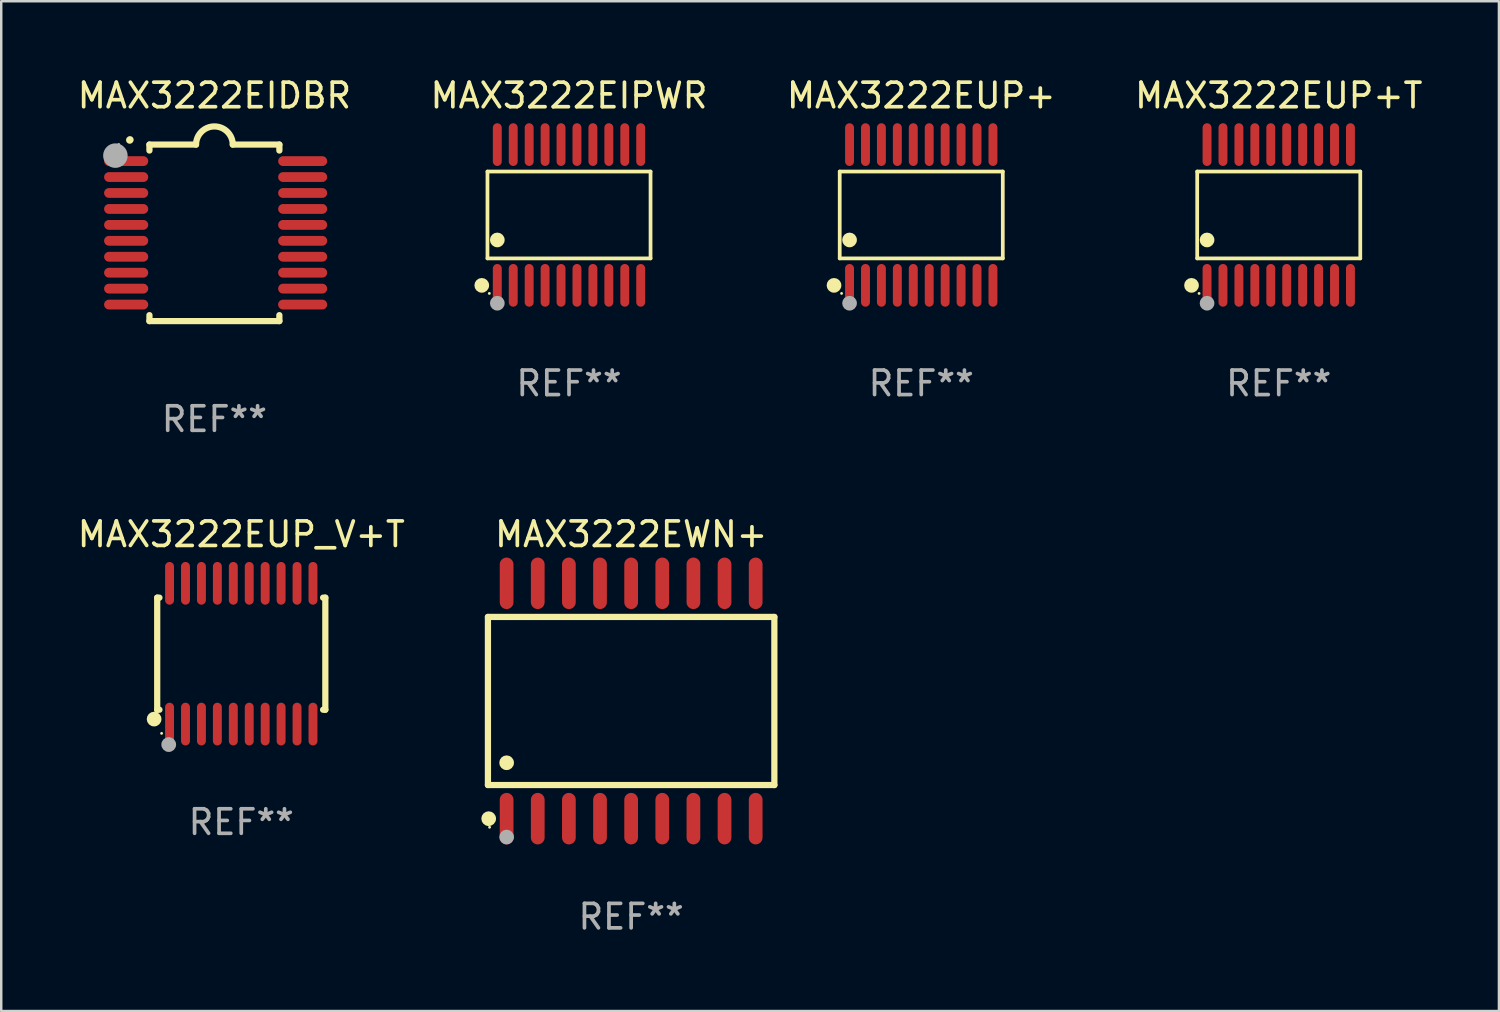
<source format=kicad_pcb>
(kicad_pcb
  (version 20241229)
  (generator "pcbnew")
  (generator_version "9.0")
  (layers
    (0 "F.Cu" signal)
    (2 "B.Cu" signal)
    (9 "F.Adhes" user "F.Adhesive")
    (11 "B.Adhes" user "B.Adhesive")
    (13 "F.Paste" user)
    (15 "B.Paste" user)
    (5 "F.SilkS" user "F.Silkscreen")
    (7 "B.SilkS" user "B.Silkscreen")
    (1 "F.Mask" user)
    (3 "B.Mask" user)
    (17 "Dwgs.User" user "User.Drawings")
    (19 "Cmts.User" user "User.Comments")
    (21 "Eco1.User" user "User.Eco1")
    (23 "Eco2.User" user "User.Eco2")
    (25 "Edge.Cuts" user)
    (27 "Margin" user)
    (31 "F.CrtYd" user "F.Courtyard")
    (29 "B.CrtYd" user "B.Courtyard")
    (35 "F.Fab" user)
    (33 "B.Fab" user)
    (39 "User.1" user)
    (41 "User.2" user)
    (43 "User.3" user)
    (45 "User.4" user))
  (footprint "MAX3222EIPWR"
    (layer "F.Cu")
    (at 20.161 5.719)
    (property "Reference" "MAX3222EIPWR" (at 0 -4.871 0) (layer "F.SilkS") (effects (font (size 1 1) (thickness 0.15))))
    (attr through_hole)
    (fp_line (start -3.326 -1.771) (end 3.326 -1.771) (stroke (width 0.152) (type solid)) (layer "F.SilkS"))
    (fp_line (start -3.326 1.771) (end -3.326 -1.771) (stroke (width 0.152) (type solid)) (layer "F.SilkS"))
    (fp_line (start 3.326 -1.771) (end 3.326 1.771) (stroke (width 0.152) (type solid)) (layer "F.SilkS"))
    (fp_line (start 3.326 1.771) (end -3.326 1.771) (stroke (width 0.152) (type solid)) (layer "F.SilkS"))
    (fp_circle (center -3.559 2.871) (end -3.409 2.871) (stroke (width 0.3) (type solid)) (fill no) (layer "F.SilkS"))
    (fp_circle (center -3.25 3.2) (end -3.22 3.2) (stroke (width 0.06) (type solid)) (fill no) (layer "F.SilkS"))
    (fp_circle (center -2.925 1.019) (end -2.775 1.019) (stroke (width 0.3) (type solid)) (fill no) (layer "F.SilkS"))
    (fp_circle (center -2.925 3.6) (end -2.775 3.6) (stroke (width 0.3) (type solid)) (fill no) (layer "F.Fab"))
    (fp_text user "REF**" (at 0 6.871 0) (layer "F.Fab") (effects (font (size 1 1) (thickness 0.15))))
    (pad "1" smd oval (at -2.925 2.871) (size 0.364 1.742) (layers "F.Cu" "F.Mask" "F.Paste"))
    (pad "2" smd oval (at -2.275 2.871) (size 0.364 1.742) (layers "F.Cu" "F.Mask" "F.Paste"))
    (pad "3" smd oval (at -1.625 2.871) (size 0.364 1.742) (layers "F.Cu" "F.Mask" "F.Paste"))
    (pad "4" smd oval (at -0.975 2.871) (size 0.364 1.742) (layers "F.Cu" "F.Mask" "F.Paste"))
    (pad "5" smd oval (at -0.325 2.871) (size 0.364 1.742) (layers "F.Cu" "F.Mask" "F.Paste"))
    (pad "6" smd oval (at 0.325 2.871) (size 0.364 1.742) (layers "F.Cu" "F.Mask" "F.Paste"))
    (pad "7" smd oval (at 0.975 2.871) (size 0.364 1.742) (layers "F.Cu" "F.Mask" "F.Paste"))
    (pad "8" smd oval (at 1.625 2.871) (size 0.364 1.742) (layers "F.Cu" "F.Mask" "F.Paste"))
    (pad "9" smd oval (at 2.275 2.871) (size 0.364 1.742) (layers "F.Cu" "F.Mask" "F.Paste"))
    (pad "10" smd oval (at 2.925 2.871) (size 0.364 1.742) (layers "F.Cu" "F.Mask" "F.Paste"))
    (pad "11" smd oval (at 2.925 -2.871) (size 0.364 1.742) (layers "F.Cu" "F.Mask" "F.Paste"))
    (pad "12" smd oval (at 2.275 -2.871) (size 0.364 1.742) (layers "F.Cu" "F.Mask" "F.Paste"))
    (pad "13" smd oval (at 1.625 -2.871) (size 0.364 1.742) (layers "F.Cu" "F.Mask" "F.Paste"))
    (pad "14" smd oval (at 0.975 -2.871) (size 0.364 1.742) (layers "F.Cu" "F.Mask" "F.Paste"))
    (pad "15" smd oval (at 0.325 -2.871) (size 0.364 1.742) (layers "F.Cu" "F.Mask" "F.Paste"))
    (pad "16" smd oval (at -0.325 -2.871) (size 0.364 1.742) (layers "F.Cu" "F.Mask" "F.Paste"))
    (pad "17" smd oval (at -0.975 -2.871) (size 0.364 1.742) (layers "F.Cu" "F.Mask" "F.Paste"))
    (pad "18" smd oval (at -1.625 -2.871) (size 0.364 1.742) (layers "F.Cu" "F.Mask" "F.Paste"))
    (pad "19" smd oval (at -2.275 -2.871) (size 0.364 1.742) (layers "F.Cu" "F.Mask" "F.Paste"))
    (pad "20" smd oval (at -2.925 -2.871) (size 0.364 1.742) (layers "F.Cu" "F.Mask" "F.Paste")))
  (footprint "MAX3222EUP+T"
    (layer "F.Cu")
    (at 49.113 5.719)
    (property "Reference" "MAX3222EUP+T" (at 0 -4.871 0) (layer "F.SilkS") (effects (font (size 1 1) (thickness 0.15))))
    (attr through_hole)
    (fp_line (start -3.326 -1.771) (end 3.326 -1.771) (stroke (width 0.152) (type solid)) (layer "F.SilkS"))
    (fp_line (start -3.326 1.771) (end -3.326 -1.771) (stroke (width 0.152) (type solid)) (layer "F.SilkS"))
    (fp_line (start 3.326 -1.771) (end 3.326 1.771) (stroke (width 0.152) (type solid)) (layer "F.SilkS"))
    (fp_line (start 3.326 1.771) (end -3.326 1.771) (stroke (width 0.152) (type solid)) (layer "F.SilkS"))
    (fp_circle (center -3.559 2.871) (end -3.409 2.871) (stroke (width 0.3) (type solid)) (fill no) (layer "F.SilkS"))
    (fp_circle (center -3.25 3.2) (end -3.22 3.2) (stroke (width 0.06) (type solid)) (fill no) (layer "F.SilkS"))
    (fp_circle (center -2.925 1.019) (end -2.775 1.019) (stroke (width 0.3) (type solid)) (fill no) (layer "F.SilkS"))
    (fp_circle (center -2.925 3.6) (end -2.775 3.6) (stroke (width 0.3) (type solid)) (fill no) (layer "F.Fab"))
    (fp_text user "REF**" (at 0 6.871 0) (layer "F.Fab") (effects (font (size 1 1) (thickness 0.15))))
    (pad "1" smd oval (at -2.925 2.871) (size 0.364 1.742) (layers "F.Cu" "F.Mask" "F.Paste"))
    (pad "2" smd oval (at -2.275 2.871) (size 0.364 1.742) (layers "F.Cu" "F.Mask" "F.Paste"))
    (pad "3" smd oval (at -1.625 2.871) (size 0.364 1.742) (layers "F.Cu" "F.Mask" "F.Paste"))
    (pad "4" smd oval (at -0.975 2.871) (size 0.364 1.742) (layers "F.Cu" "F.Mask" "F.Paste"))
    (pad "5" smd oval (at -0.325 2.871) (size 0.364 1.742) (layers "F.Cu" "F.Mask" "F.Paste"))
    (pad "6" smd oval (at 0.325 2.871) (size 0.364 1.742) (layers "F.Cu" "F.Mask" "F.Paste"))
    (pad "7" smd oval (at 0.975 2.871) (size 0.364 1.742) (layers "F.Cu" "F.Mask" "F.Paste"))
    (pad "8" smd oval (at 1.625 2.871) (size 0.364 1.742) (layers "F.Cu" "F.Mask" "F.Paste"))
    (pad "9" smd oval (at 2.275 2.871) (size 0.364 1.742) (layers "F.Cu" "F.Mask" "F.Paste"))
    (pad "10" smd oval (at 2.925 2.871) (size 0.364 1.742) (layers "F.Cu" "F.Mask" "F.Paste"))
    (pad "11" smd oval (at 2.925 -2.871) (size 0.364 1.742) (layers "F.Cu" "F.Mask" "F.Paste"))
    (pad "12" smd oval (at 2.275 -2.871) (size 0.364 1.742) (layers "F.Cu" "F.Mask" "F.Paste"))
    (pad "13" smd oval (at 1.625 -2.871) (size 0.364 1.742) (layers "F.Cu" "F.Mask" "F.Paste"))
    (pad "14" smd oval (at 0.975 -2.871) (size 0.364 1.742) (layers "F.Cu" "F.Mask" "F.Paste"))
    (pad "15" smd oval (at 0.325 -2.871) (size 0.364 1.742) (layers "F.Cu" "F.Mask" "F.Paste"))
    (pad "16" smd oval (at -0.325 -2.871) (size 0.364 1.742) (layers "F.Cu" "F.Mask" "F.Paste"))
    (pad "17" smd oval (at -0.975 -2.871) (size 0.364 1.742) (layers "F.Cu" "F.Mask" "F.Paste"))
    (pad "18" smd oval (at -1.625 -2.871) (size 0.364 1.742) (layers "F.Cu" "F.Mask" "F.Paste"))
    (pad "19" smd oval (at -2.275 -2.871) (size 0.364 1.742) (layers "F.Cu" "F.Mask" "F.Paste"))
    (pad "20" smd oval (at -2.925 -2.871) (size 0.364 1.742) (layers "F.Cu" "F.Mask" "F.Paste")))
  (footprint "MAX3222EIDBR"
    (layer "F.Cu")
    (at 5.696 6.448)
    (property "Reference" "MAX3222EIDBR" (at 0 -5.6 0) (layer "F.SilkS") (effects (font (size 1 1) (thickness 0.15))))
    (attr through_hole)
    (fp_line (start -2.65 -3.6) (end -2.65 -3.357) (stroke (width 0.254) (type solid)) (layer "F.SilkS"))
    (fp_line (start -2.65 -3.6) (end -0.75 -3.6) (stroke (width 0.254) (type solid)) (layer "F.SilkS"))
    (fp_line (start -2.65 3.357) (end -2.65 3.6) (stroke (width 0.254) (type solid)) (layer "F.SilkS"))
    (fp_line (start 2.65 -3.6) (end 0.75 -3.6) (stroke (width 0.254) (type solid)) (layer "F.SilkS"))
    (fp_line (start 2.65 -3.6) (end 2.65 -3.357) (stroke (width 0.254) (type solid)) (layer "F.SilkS"))
    (fp_line (start 2.65 3.357) (end 2.65 3.6) (stroke (width 0.254) (type solid)) (layer "F.SilkS"))
    (fp_line (start 2.65 3.6) (end -2.65 3.6) (stroke (width 0.254) (type solid)) (layer "F.SilkS"))
    (fp_arc (start -3.454407 -3.784608) (mid -3.449499 -3.78986) (end -3.444247 -3.794768) (stroke (width 0.3) (type solid)) (layer "F.SilkS"))
    (fp_arc (start -0.749301 -3.599186) (mid -0.000051 -4.348844) (end 0.750013 -3.6) (stroke (width 0.254001) (type solid)) (layer "F.SilkS"))
    (fp_circle (center -3.9 -3.6) (end -3.87 -3.6) (stroke (width 0.06) (type solid)) (fill no) (layer "F.SilkS"))
    (fp_circle (center -4.039 -3.15) (end -3.789 -3.15) (stroke (width 0.5) (type solid)) (fill no) (layer "F.Fab"))
    (fp_text user "REF**" (at 0 7.6 0) (layer "F.Fab") (effects (font (size 1 1) (thickness 0.15))))
    (pad "1" smd oval (at -3.6 -2.926 90) (size 0.4 1.8) (layers "F.Cu" "F.Mask" "F.Paste"))
    (pad "2" smd oval (at -3.6 -2.276 90) (size 0.4 1.8) (layers "F.Cu" "F.Mask" "F.Paste"))
    (pad "3" smd oval (at -3.6 -1.626 90) (size 0.4 1.8) (layers "F.Cu" "F.Mask" "F.Paste"))
    (pad "4" smd oval (at -3.6 -0.975 90) (size 0.4 1.8) (layers "F.Cu" "F.Mask" "F.Paste"))
    (pad "5" smd oval (at -3.6 -0.325 90) (size 0.4 1.8) (layers "F.Cu" "F.Mask" "F.Paste"))
    (pad "6" smd oval (at -3.6 0.325 90) (size 0.4 1.8) (layers "F.Cu" "F.Mask" "F.Paste"))
    (pad "7" smd oval (at -3.6 0.975 90) (size 0.4 1.8) (layers "F.Cu" "F.Mask" "F.Paste"))
    (pad "8" smd oval (at -3.6 1.626 90) (size 0.4 1.8) (layers "F.Cu" "F.Mask" "F.Paste"))
    (pad "9" smd oval (at -3.6 2.276 90) (size 0.4 1.8) (layers "F.Cu" "F.Mask" "F.Paste"))
    (pad "10" smd oval (at -3.6 2.926 90) (size 0.4 1.8) (layers "F.Cu" "F.Mask" "F.Paste"))
    (pad "11" smd oval (at 3.6 2.926 90) (size 0.4 2) (layers "F.Cu" "F.Mask" "F.Paste"))
    (pad "12" smd oval (at 3.6 2.276 90) (size 0.4 2) (layers "F.Cu" "F.Mask" "F.Paste"))
    (pad "13" smd oval (at 3.6 1.626 90) (size 0.4 2) (layers "F.Cu" "F.Mask" "F.Paste"))
    (pad "14" smd oval (at 3.6 0.975 90) (size 0.4 2) (layers "F.Cu" "F.Mask" "F.Paste"))
    (pad "15" smd oval (at 3.6 0.325 90) (size 0.4 2) (layers "F.Cu" "F.Mask" "F.Paste"))
    (pad "16" smd oval (at 3.6 -0.325 90) (size 0.4 2) (layers "F.Cu" "F.Mask" "F.Paste"))
    (pad "17" smd oval (at 3.6 -0.975 90) (size 0.4 2) (layers "F.Cu" "F.Mask" "F.Paste"))
    (pad "18" smd oval (at 3.6 -1.626 90) (size 0.4 2) (layers "F.Cu" "F.Mask" "F.Paste"))
    (pad "19" smd oval (at 3.6 -2.276 90) (size 0.4 2) (layers "F.Cu" "F.Mask" "F.Paste"))
    (pad "20" smd oval (at 3.6 -2.926 90) (size 0.4 2) (layers "F.Cu" "F.Mask" "F.Paste")))
  (footprint "MAX3222EWN+"
    (layer "F.Cu")
    (at 22.696 25.545)
    (property "Reference" "MAX3222EWN+" (at 0 -6.8 0) (layer "F.SilkS") (effects (font (size 1 1) (thickness 0.15))))
    (attr through_hole)
    (fp_line (start -5.842 -3.429) (end -5.842 3.429) (stroke (width 0.254) (type solid)) (layer "F.SilkS"))
    (fp_line (start -5.842 3.429) (end 5.842 3.429) (stroke (width 0.254) (type solid)) (layer "F.SilkS"))
    (fp_line (start 5.842 -3.429) (end -5.842 -3.429) (stroke (width 0.254) (type solid)) (layer "F.SilkS"))
    (fp_line (start 5.842 3.429) (end 5.842 -3.429) (stroke (width 0.254) (type solid)) (layer "F.SilkS"))
    (fp_circle (center -5.812 4.8) (end -5.662 4.8) (stroke (width 0.3) (type solid)) (fill no) (layer "F.SilkS"))
    (fp_circle (center -5.775 5.15) (end -5.745 5.15) (stroke (width 0.06) (type solid)) (fill no) (layer "F.SilkS"))
    (fp_circle (center -5.08 2.519) (end -4.93 2.519) (stroke (width 0.3) (type solid)) (fill no) (layer "F.SilkS"))
    (fp_circle (center -5.08 5.55) (end -4.93 5.55) (stroke (width 0.3) (type solid)) (fill no) (layer "F.Fab"))
    (fp_text user "REF**" (at 0 8.8 0) (layer "F.Fab") (effects (font (size 1 1) (thickness 0.15))))
    (pad "1" smd oval (at -5.08 4.8) (size 0.56 2.1) (layers "F.Cu" "F.Mask" "F.Paste"))
    (pad "2" smd oval (at -3.81 4.8) (size 0.56 2.1) (layers "F.Cu" "F.Mask" "F.Paste"))
    (pad "3" smd oval (at -2.54 4.8) (size 0.56 2.1) (layers "F.Cu" "F.Mask" "F.Paste"))
    (pad "4" smd oval (at -1.27 4.8) (size 0.56 2.1) (layers "F.Cu" "F.Mask" "F.Paste"))
    (pad "5" smd oval (at 0 4.8) (size 0.56 2.1) (layers "F.Cu" "F.Mask" "F.Paste"))
    (pad "6" smd oval (at 1.27 4.8) (size 0.56 2.1) (layers "F.Cu" "F.Mask" "F.Paste"))
    (pad "7" smd oval (at 2.54 4.8) (size 0.56 2.1) (layers "F.Cu" "F.Mask" "F.Paste"))
    (pad "8" smd oval (at 3.81 4.8) (size 0.56 2.1) (layers "F.Cu" "F.Mask" "F.Paste"))
    (pad "9" smd oval (at 5.08 4.8) (size 0.56 2.1) (layers "F.Cu" "F.Mask" "F.Paste"))
    (pad "10" smd oval (at 5.08 -4.8) (size 0.56 2.1) (layers "F.Cu" "F.Mask" "F.Paste"))
    (pad "11" smd oval (at 3.81 -4.8) (size 0.56 2.1) (layers "F.Cu" "F.Mask" "F.Paste"))
    (pad "12" smd oval (at 2.54 -4.8) (size 0.56 2.1) (layers "F.Cu" "F.Mask" "F.Paste"))
    (pad "13" smd oval (at 1.27 -4.8) (size 0.56 2.1) (layers "F.Cu" "F.Mask" "F.Paste"))
    (pad "14" smd oval (at 0 -4.8) (size 0.56 2.1) (layers "F.Cu" "F.Mask" "F.Paste"))
    (pad "15" smd oval (at -1.27 -4.8) (size 0.56 2.1) (layers "F.Cu" "F.Mask" "F.Paste"))
    (pad "16" smd oval (at -2.54 -4.8) (size 0.56 2.1) (layers "F.Cu" "F.Mask" "F.Paste"))
    (pad "17" smd oval (at -3.81 -4.8) (size 0.56 2.1) (layers "F.Cu" "F.Mask" "F.Paste"))
    (pad "18" smd oval (at -5.08 -4.8) (size 0.56 2.1) (layers "F.Cu" "F.Mask" "F.Paste")))
  (footprint "MAX3222EUP+"
    (layer "F.Cu")
    (at 34.53 5.719)
    (property "Reference" "MAX3222EUP+" (at 0 -4.871 0) (layer "F.SilkS") (effects (font (size 1 1) (thickness 0.15))))
    (attr through_hole)
    (fp_line (start -3.326 -1.771) (end 3.326 -1.771) (stroke (width 0.152) (type solid)) (layer "F.SilkS"))
    (fp_line (start -3.326 1.771) (end -3.326 -1.771) (stroke (width 0.152) (type solid)) (layer "F.SilkS"))
    (fp_line (start 3.326 -1.771) (end 3.326 1.771) (stroke (width 0.152) (type solid)) (layer "F.SilkS"))
    (fp_line (start 3.326 1.771) (end -3.326 1.771) (stroke (width 0.152) (type solid)) (layer "F.SilkS"))
    (fp_circle (center -3.559 2.871) (end -3.409 2.871) (stroke (width 0.3) (type solid)) (fill no) (layer "F.SilkS"))
    (fp_circle (center -3.25 3.2) (end -3.22 3.2) (stroke (width 0.06) (type solid)) (fill no) (layer "F.SilkS"))
    (fp_circle (center -2.925 1.019) (end -2.775 1.019) (stroke (width 0.3) (type solid)) (fill no) (layer "F.SilkS"))
    (fp_circle (center -2.925 3.6) (end -2.775 3.6) (stroke (width 0.3) (type solid)) (fill no) (layer "F.Fab"))
    (fp_text user "REF**" (at 0 6.871 0) (layer "F.Fab") (effects (font (size 1 1) (thickness 0.15))))
    (pad "1" smd oval (at -2.925 2.871) (size 0.364 1.742) (layers "F.Cu" "F.Mask" "F.Paste"))
    (pad "2" smd oval (at -2.275 2.871) (size 0.364 1.742) (layers "F.Cu" "F.Mask" "F.Paste"))
    (pad "3" smd oval (at -1.625 2.871) (size 0.364 1.742) (layers "F.Cu" "F.Mask" "F.Paste"))
    (pad "4" smd oval (at -0.975 2.871) (size 0.364 1.742) (layers "F.Cu" "F.Mask" "F.Paste"))
    (pad "5" smd oval (at -0.325 2.871) (size 0.364 1.742) (layers "F.Cu" "F.Mask" "F.Paste"))
    (pad "6" smd oval (at 0.325 2.871) (size 0.364 1.742) (layers "F.Cu" "F.Mask" "F.Paste"))
    (pad "7" smd oval (at 0.975 2.871) (size 0.364 1.742) (layers "F.Cu" "F.Mask" "F.Paste"))
    (pad "8" smd oval (at 1.625 2.871) (size 0.364 1.742) (layers "F.Cu" "F.Mask" "F.Paste"))
    (pad "9" smd oval (at 2.275 2.871) (size 0.364 1.742) (layers "F.Cu" "F.Mask" "F.Paste"))
    (pad "10" smd oval (at 2.925 2.871) (size 0.364 1.742) (layers "F.Cu" "F.Mask" "F.Paste"))
    (pad "11" smd oval (at 2.925 -2.871) (size 0.364 1.742) (layers "F.Cu" "F.Mask" "F.Paste"))
    (pad "12" smd oval (at 2.275 -2.871) (size 0.364 1.742) (layers "F.Cu" "F.Mask" "F.Paste"))
    (pad "13" smd oval (at 1.625 -2.871) (size 0.364 1.742) (layers "F.Cu" "F.Mask" "F.Paste"))
    (pad "14" smd oval (at 0.975 -2.871) (size 0.364 1.742) (layers "F.Cu" "F.Mask" "F.Paste"))
    (pad "15" smd oval (at 0.325 -2.871) (size 0.364 1.742) (layers "F.Cu" "F.Mask" "F.Paste"))
    (pad "16" smd oval (at -0.325 -2.871) (size 0.364 1.742) (layers "F.Cu" "F.Mask" "F.Paste"))
    (pad "17" smd oval (at -0.975 -2.871) (size 0.364 1.742) (layers "F.Cu" "F.Mask" "F.Paste"))
    (pad "18" smd oval (at -1.625 -2.871) (size 0.364 1.742) (layers "F.Cu" "F.Mask" "F.Paste"))
    (pad "19" smd oval (at -2.275 -2.871) (size 0.364 1.742) (layers "F.Cu" "F.Mask" "F.Paste"))
    (pad "20" smd oval (at -2.925 -2.871) (size 0.364 1.742) (layers "F.Cu" "F.Mask" "F.Paste")))
  (footprint "MAX3222EUP_V+T"
    (layer "F.Cu")
    (at 6.792 23.616)
    (property "Reference" "MAX3222EUP_V+T" (at 0 -4.871 0) (layer "F.SilkS") (effects (font (size 1 1) (thickness 0.15))))
    (attr through_hole)
    (fp_line (start -3.429 -2.286) (end -3.429 2.286) (stroke (width 0.254) (type solid)) (layer "F.SilkS"))
    (fp_line (start -3.429 2.286) (end -3.338 2.286) (stroke (width 0.254) (type solid)) (layer "F.SilkS"))
    (fp_line (start -3.338 -2.286) (end -3.429 -2.286) (stroke (width 0.254) (type solid)) (layer "F.SilkS"))
    (fp_line (start 3.338 -2.286) (end 3.429 -2.286) (stroke (width 0.254) (type solid)) (layer "F.SilkS"))
    (fp_line (start 3.429 -2.286) (end 3.429 2.286) (stroke (width 0.254) (type solid)) (layer "F.SilkS"))
    (fp_line (start 3.429 2.286) (end 3.338 2.286) (stroke (width 0.254) (type solid)) (layer "F.SilkS"))
    (fp_circle (center -3.556 2.667) (end -3.406 2.667) (stroke (width 0.3) (type solid)) (fill no) (layer "F.SilkS"))
    (fp_circle (center -3.25 3.25) (end -3.22 3.25) (stroke (width 0.06) (type solid)) (fill no) (layer "F.SilkS"))
    (fp_circle (center -2.959 3.707) (end -2.808 3.707) (stroke (width 0.3) (type solid)) (fill no) (layer "F.Fab"))
    (fp_text user "REF**" (at 0 6.871 0) (layer "F.Fab") (effects (font (size 1 1) (thickness 0.15))))
    (pad "1" smd oval (at -2.925 2.871) (size 0.364 1.742) (layers "F.Cu" "F.Mask" "F.Paste"))
    (pad "2" smd oval (at -2.275 2.871) (size 0.364 1.742) (layers "F.Cu" "F.Mask" "F.Paste"))
    (pad "3" smd oval (at -1.625 2.871) (size 0.364 1.742) (layers "F.Cu" "F.Mask" "F.Paste"))
    (pad "4" smd oval (at -0.975 2.871) (size 0.364 1.742) (layers "F.Cu" "F.Mask" "F.Paste"))
    (pad "5" smd oval (at -0.325 2.871) (size 0.364 1.742) (layers "F.Cu" "F.Mask" "F.Paste"))
    (pad "6" smd oval (at 0.325 2.871) (size 0.364 1.742) (layers "F.Cu" "F.Mask" "F.Paste"))
    (pad "7" smd oval (at 0.975 2.871) (size 0.364 1.742) (layers "F.Cu" "F.Mask" "F.Paste"))
    (pad "8" smd oval (at 1.625 2.871) (size 0.364 1.742) (layers "F.Cu" "F.Mask" "F.Paste"))
    (pad "9" smd oval (at 2.275 2.871) (size 0.364 1.742) (layers "F.Cu" "F.Mask" "F.Paste"))
    (pad "10" smd oval (at 2.925 2.871) (size 0.364 1.742) (layers "F.Cu" "F.Mask" "F.Paste"))
    (pad "11" smd oval (at 2.925 -2.871) (size 0.364 1.742) (layers "F.Cu" "F.Mask" "F.Paste"))
    (pad "12" smd oval (at 2.275 -2.871) (size 0.364 1.742) (layers "F.Cu" "F.Mask" "F.Paste"))
    (pad "13" smd oval (at 1.625 -2.871) (size 0.364 1.742) (layers "F.Cu" "F.Mask" "F.Paste"))
    (pad "14" smd oval (at 0.975 -2.871) (size 0.364 1.742) (layers "F.Cu" "F.Mask" "F.Paste"))
    (pad "15" smd oval (at 0.325 -2.871) (size 0.364 1.742) (layers "F.Cu" "F.Mask" "F.Paste"))
    (pad "16" smd oval (at -0.325 -2.871) (size 0.364 1.742) (layers "F.Cu" "F.Mask" "F.Paste"))
    (pad "17" smd oval (at -0.975 -2.871) (size 0.364 1.742) (layers "F.Cu" "F.Mask" "F.Paste"))
    (pad "18" smd oval (at -1.625 -2.871) (size 0.364 1.742) (layers "F.Cu" "F.Mask" "F.Paste"))
    (pad "19" smd oval (at -2.275 -2.871) (size 0.364 1.742) (layers "F.Cu" "F.Mask" "F.Paste"))
    (pad "20" smd oval (at -2.925 -2.871) (size 0.364 1.742) (layers "F.Cu" "F.Mask" "F.Paste")))
  (gr_rect
    (start -3 -3)
    (end 58.095 38.193)
    (stroke (width 0.1) (type default))
    (fill no)
    (layer "Edge.Cuts")))
</source>
